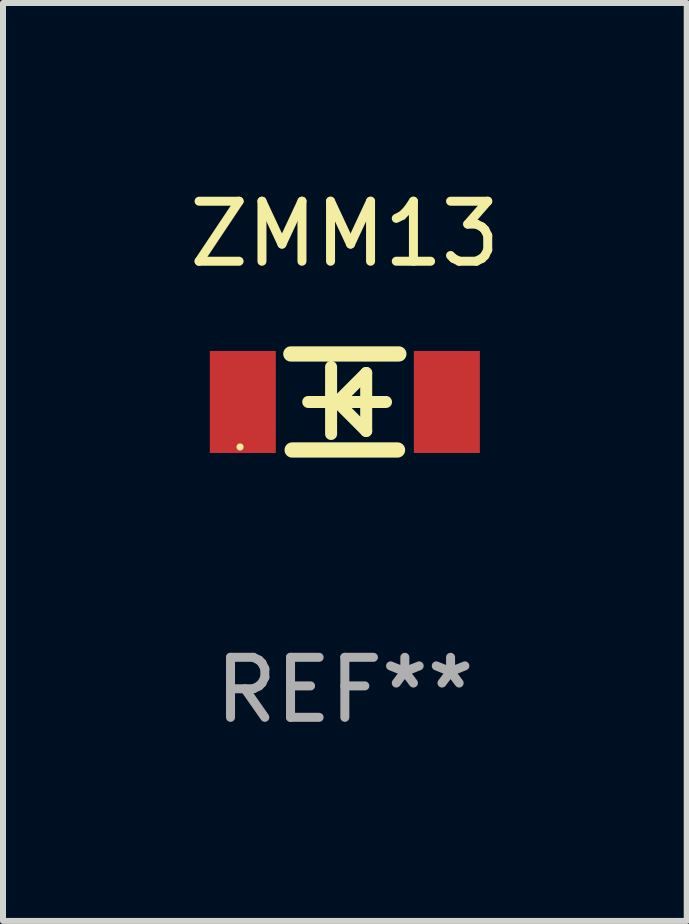
<source format=kicad_pcb>
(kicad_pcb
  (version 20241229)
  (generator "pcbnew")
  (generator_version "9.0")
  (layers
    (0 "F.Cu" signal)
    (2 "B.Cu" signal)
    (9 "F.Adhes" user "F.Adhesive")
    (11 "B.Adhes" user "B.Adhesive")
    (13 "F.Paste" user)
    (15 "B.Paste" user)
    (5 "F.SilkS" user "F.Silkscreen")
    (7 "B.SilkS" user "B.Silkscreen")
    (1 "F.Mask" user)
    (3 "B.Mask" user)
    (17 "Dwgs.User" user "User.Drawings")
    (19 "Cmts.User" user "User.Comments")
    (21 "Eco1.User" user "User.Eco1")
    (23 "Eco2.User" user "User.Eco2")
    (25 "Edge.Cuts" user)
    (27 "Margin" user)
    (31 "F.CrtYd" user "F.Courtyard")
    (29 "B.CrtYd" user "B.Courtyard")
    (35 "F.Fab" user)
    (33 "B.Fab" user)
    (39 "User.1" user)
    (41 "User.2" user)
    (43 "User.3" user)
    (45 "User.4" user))
  (footprint "ZMM13"
    (layer "F.Cu")
    (at 2.696 3.648)
    (property "Reference" "ZMM13" (at 0 -2.8 0) (layer "F.SilkS") (effects (font (size 1 1) (thickness 0.15))))
    (attr through_hole)
    (fp_line (start -0.9 -0.8) (end 0.9 -0.8) (stroke (width 0.254) (type solid)) (layer "F.SilkS"))
    (fp_line (start -0.878 0.8) (end 0.878 0.8) (stroke (width 0.254) (type solid)) (layer "F.SilkS"))
    (fp_line (start -0.61 0) (end 0.686 0) (stroke (width 0.2) (type solid)) (layer "F.SilkS"))
    (fp_line (start -0.229 -0.584) (end -0.229 0.533) (stroke (width 0.2) (type solid)) (layer "F.SilkS"))
    (fp_line (start -0.127 0) (end 0.356 -0.483) (stroke (width 0.2) (type solid)) (layer "F.SilkS"))
    (fp_line (start 0.356 -0.483) (end 0.356 0.483) (stroke (width 0.2) (type solid)) (layer "F.SilkS"))
    (fp_line (start 0.356 0.483) (end -0.102 0.025) (stroke (width 0.2) (type solid)) (layer "F.SilkS"))
    (fp_circle (center -1.746 0.75) (end -1.716 0.75) (stroke (width 0.06) (type solid)) (fill no) (layer "F.SilkS"))
    (fp_text user "REF**" (at 0 4.8 0) (layer "F.Fab") (effects (font (size 1 1) (thickness 0.15))))
    (pad "1" smd rect (at -1.7 0 180) (size 1.1 1.7) (layers "F.Cu" "F.Mask" "F.Paste"))
    (pad "2" smd rect (at 1.7 0 180) (size 1.1 1.7) (layers "F.Cu" "F.Mask" "F.Paste")))
  (gr_rect
    (start -3 -3)
    (end 8.393 12.296)
    (stroke (width 0.1) (type default))
    (fill no)
    (layer "Edge.Cuts")))
</source>
